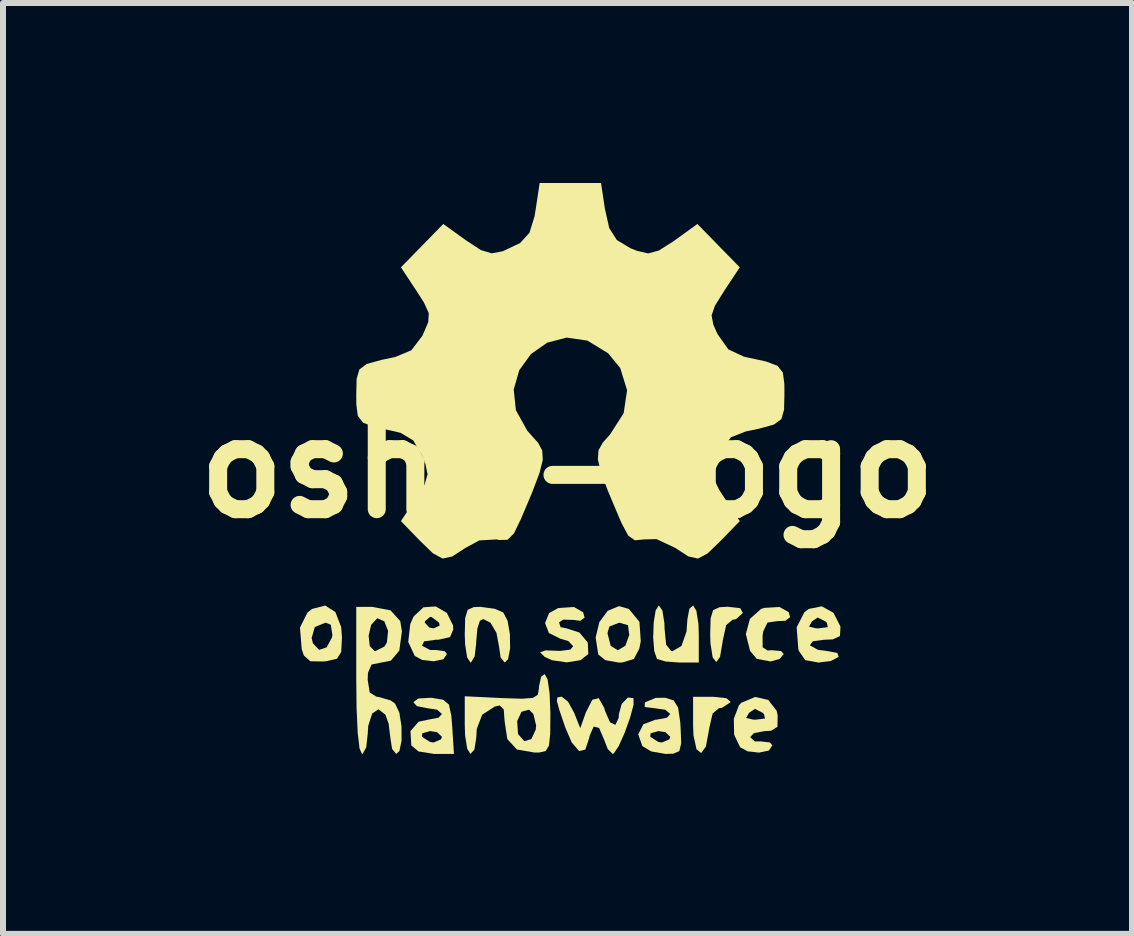
<source format=kicad_pcb>
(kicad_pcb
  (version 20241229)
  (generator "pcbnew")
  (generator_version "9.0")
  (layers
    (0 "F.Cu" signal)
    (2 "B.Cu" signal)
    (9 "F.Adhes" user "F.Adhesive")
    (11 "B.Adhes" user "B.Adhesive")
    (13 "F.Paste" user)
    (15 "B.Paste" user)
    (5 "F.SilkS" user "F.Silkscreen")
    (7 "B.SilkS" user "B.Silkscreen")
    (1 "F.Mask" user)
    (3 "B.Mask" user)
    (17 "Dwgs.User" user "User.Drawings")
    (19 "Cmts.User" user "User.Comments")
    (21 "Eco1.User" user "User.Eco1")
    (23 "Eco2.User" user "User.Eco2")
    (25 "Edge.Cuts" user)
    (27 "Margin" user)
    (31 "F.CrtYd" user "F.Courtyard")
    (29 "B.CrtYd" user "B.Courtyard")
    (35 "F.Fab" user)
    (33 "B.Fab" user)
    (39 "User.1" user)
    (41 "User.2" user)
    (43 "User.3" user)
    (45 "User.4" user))
  (footprint "oshw-logo"
    (layer "F.Cu")
    (at 6.407 4.757)
    (property "Reference" "oshw-logo" (at 0 0 0) (layer "F.SilkS") (effects (font (size 1.5 1.5) (thickness 0.3))))
    (attr board_only exclude_from_pos_files exclude_from_bom)
    (fp_poly (pts (xy 2.648 3.828) (xy 2.717 3.887) (xy 2.711 3.9) (xy 2.573 3.989) (xy 2.521 3.996) (xy 2.418 4.084) (xy 2.361 4.332) (xy 2.36 4.345) (xy 2.307 4.632) (xy 2.228 4.742) (xy 2.15 4.68) (xy 2.1 4.451) (xy 2.093 4.289) (xy 2.093 3.805) (xy 2.431 3.805)) (stroke (width 0) (type solid)) (fill yes) (layer "F.SilkS"))
    (fp_poly (pts (xy 2.878 2.328) (xy 2.923 2.408) (xy 2.808 2.511) (xy 2.751 2.521) (xy 2.644 2.611) (xy 2.587 2.87) (xy 2.587 2.878) (xy 2.542 3.14) (xy 2.479 3.227) (xy 2.419 3.147) (xy 2.382 2.911) (xy 2.378 2.773) (xy 2.385 2.497) (xy 2.427 2.36) (xy 2.535 2.312) (xy 2.67 2.304)) (stroke (width 0) (type solid)) (fill yes) (layer "F.SilkS"))
    (fp_poly (pts (xy 3.686 2.394) (xy 3.71 2.478) (xy 3.631 2.538) (xy 3.496 2.544) (xy 3.334 2.567) (xy 3.262 2.715) (xy 3.251 2.79) (xy 3.252 2.98) (xy 3.336 3.034) (xy 3.403 3.028) (xy 3.56 3.043) (xy 3.603 3.092) (xy 3.536 3.173) (xy 3.387 3.216) (xy 3.155 3.173) (xy 3.043 3.041) (xy 2.972 2.76) (xy 3.04 2.506) (xy 3.225 2.341) (xy 3.278 2.323) (xy 3.532 2.308)) (stroke (width 0) (type solid)) (fill yes) (layer "F.SilkS"))
    (fp_poly (pts (xy 1.023 2.341) (xy 1.199 2.556) (xy 1.221 2.879) (xy 1.196 3.004) (xy 1.106 3.175) (xy 0.915 3.233) (xy 0.851 3.234) (xy 0.63 3.194) (xy 0.513 3.1) (xy 0.469 2.818) (xy 0.487 2.743) (xy 0.666 2.743) (xy 0.72 2.957) (xy 0.84 3.029) (xy 0.965 2.953) (xy 1.029 2.775) (xy 1.009 2.612) (xy 0.863 2.569) (xy 0.698 2.634) (xy 0.666 2.743) (xy 0.487 2.743) (xy 0.531 2.56) (xy 0.671 2.371) (xy 0.859 2.294)) (stroke (width 0) (type solid)) (fill yes) (layer "F.SilkS"))
    (fp_poly (pts (xy 2.147 2.369) (xy 2.182 2.587) (xy 2.188 2.759) (xy 2.188 3.234) (xy 1.871 3.234) (xy 1.636 3.217) (xy 1.495 3.175) (xy 1.49 3.171) (xy 1.445 3.04) (xy 1.428 2.814) (xy 1.437 2.565) (xy 1.469 2.365) (xy 1.522 2.283) (xy 1.582 2.368) (xy 1.615 2.578) (xy 1.617 2.664) (xy 1.644 2.937) (xy 1.729 3.042) (xy 1.75 3.044) (xy 1.9 2.957) (xy 1.984 2.715) (xy 1.998 2.513) (xy 2.031 2.338) (xy 2.093 2.283)) (stroke (width 0) (type solid)) (fill yes) (layer "F.SilkS"))
    (fp_poly (pts (xy -3.868 2.392) (xy -3.771 2.643) (xy -3.758 2.817) (xy -3.771 3.058) (xy -3.841 3.17) (xy -4.015 3.211) (xy -4.064 3.216) (xy -4.285 3.213) (xy -4.393 3.118) (xy -4.429 3.01) (xy -4.444 2.825) (xy -4.264 2.825) (xy -4.242 2.914) (xy -4.139 3.022) (xy -4.014 2.981) (xy -3.925 2.816) (xy -3.918 2.775) (xy -3.944 2.604) (xy -4.031 2.569) (xy -4.211 2.642) (xy -4.264 2.825) (xy -4.444 2.825) (xy -4.458 2.65) (xy -4.334 2.402) (xy -4.257 2.341) (xy -4.038 2.284)) (stroke (width 0) (type solid)) (fill yes) (layer "F.SilkS"))
    (fp_poly (pts (xy -1.212 2.338) (xy -1.07 2.4) (xy -0.998 2.538) (xy -0.96 2.761) (xy -0.956 2.998) (xy -0.99 3.178) (xy -1.046 3.234) (xy -1.114 3.152) (xy -1.142 2.961) (xy -1.184 2.738) (xy -1.284 2.57) (xy -1.403 2.509) (xy -1.46 2.538) (xy -1.502 2.668) (xy -1.522 2.898) (xy -1.522 2.917) (xy -1.547 3.131) (xy -1.608 3.233) (xy -1.617 3.234) (xy -1.672 3.149) (xy -1.706 2.931) (xy -1.712 2.771) (xy -1.705 2.493) (xy -1.664 2.356) (xy -1.562 2.31) (xy -1.451 2.306)) (stroke (width 0) (type solid)) (fill yes) (layer "F.SilkS"))
    (fp_poly (pts (xy 0.261 2.397) (xy 0.285 2.485) (xy 0.212 2.539) (xy 0.103 2.524) (xy -0.072 2.519) (xy -0.14 2.565) (xy -0.116 2.644) (xy -0.017 2.664) (xy 0.199 2.734) (xy 0.338 2.9) (xy 0.347 3.091) (xy 0.218 3.194) (xy -0.011 3.231) (xy -0.26 3.195) (xy -0.381 3.139) (xy -0.456 3.063) (xy -0.365 3.031) (xy -0.119 3.04) (xy 0.047 3.018) (xy 0.095 2.962) (xy 0.014 2.876) (xy -0.119 2.837) (xy -0.31 2.742) (xy -0.374 2.576) (xy -0.307 2.41) (xy -0.154 2.325) (xy 0.107 2.308)) (stroke (width 0) (type solid)) (fill yes) (layer "F.SilkS"))
    (fp_poly (pts (xy -2.259 3.823) (xy -2.072 3.854) (xy -1.976 3.934) (xy -1.936 4.118) (xy -1.921 4.305) (xy -1.892 4.757) (xy -2.22 4.757) (xy -2.484 4.715) (xy -2.603 4.614) (xy -2.611 4.471) (xy -2.426 4.471) (xy -2.288 4.559) (xy -2.23 4.566) (xy -2.107 4.513) (xy -2.093 4.471) (xy -2.173 4.395) (xy -2.289 4.376) (xy -2.42 4.413) (xy -2.426 4.471) (xy -2.611 4.471) (xy -2.617 4.376) (xy -2.481 4.22) (xy -2.321 4.186) (xy -2.147 4.152) (xy -2.093 4.091) (xy -2.174 4.019) (xy -2.331 3.996) (xy -2.509 3.961) (xy -2.569 3.894) (xy -2.486 3.833) (xy -2.28 3.821)) (stroke (width 0) (type solid)) (fill yes) (layer "F.SilkS"))
    (fp_poly (pts (xy 3.346 3.858) (xy 3.485 4.036) (xy 3.502 4.114) (xy 3.499 4.304) (xy 3.393 4.371) (xy 3.288 4.376) (xy 3.107 4.41) (xy 3.044 4.477) (xy 3.121 4.548) (xy 3.22 4.548) (xy 3.374 4.566) (xy 3.413 4.614) (xy 3.355 4.701) (xy 3.191 4.735) (xy 3 4.713) (xy 2.877 4.646) (xy 2.777 4.437) (xy 2.772 4.17) (xy 2.777 4.157) (xy 2.978 4.157) (xy 3.094 4.185) (xy 3.139 4.186) (xy 3.291 4.167) (xy 3.275 4.095) (xy 3.253 4.072) (xy 3.124 4.006) (xy 3.025 4.072) (xy 2.978 4.157) (xy 2.777 4.157) (xy 2.857 3.946) (xy 2.896 3.905) (xy 3.128 3.807)) (stroke (width 0) (type solid)) (fill yes) (layer "F.SilkS"))
    (fp_poly (pts (xy -2.011 2.406) (xy -1.908 2.613) (xy -1.903 2.683) (xy -1.957 2.81) (xy -2.146 2.853) (xy -2.194 2.854) (xy -2.389 2.881) (xy -2.424 2.952) (xy -2.423 2.954) (xy -2.289 3.025) (xy -2.194 3.025) (xy -2.045 3.045) (xy -2.009 3.092) (xy -2.068 3.179) (xy -2.232 3.213) (xy -2.422 3.191) (xy -2.545 3.124) (xy -2.654 2.891) (xy -2.62 2.592) (xy -2.61 2.569) (xy -2.378 2.569) (xy -2.301 2.652) (xy -2.23 2.664) (xy -2.131 2.618) (xy -2.14 2.569) (xy -2.262 2.477) (xy -2.289 2.473) (xy -2.376 2.546) (xy -2.378 2.569) (xy -2.61 2.569) (xy -2.565 2.467) (xy -2.401 2.313) (xy -2.195 2.299)) (stroke (width 0) (type solid)) (fill yes) (layer "F.SilkS"))
    (fp_poly (pts (xy 4.433 2.405) (xy 4.546 2.629) (xy 4.549 2.65) (xy 4.54 2.793) (xy 4.42 2.848) (xy 4.282 2.854) (xy 4.088 2.879) (xy 4.04 2.944) (xy 4.043 2.949) (xy 4.174 3.022) (xy 4.34 3.044) (xy 4.498 3.075) (xy 4.519 3.139) (xy 4.39 3.208) (xy 4.182 3.234) (xy 3.962 3.194) (xy 3.857 3.042) (xy 3.846 3.004) (xy 3.819 2.646) (xy 3.825 2.635) (xy 4.025 2.635) (xy 4.14 2.663) (xy 4.186 2.664) (xy 4.337 2.644) (xy 4.322 2.573) (xy 4.3 2.55) (xy 4.17 2.484) (xy 4.072 2.55) (xy 4.025 2.635) (xy 3.825 2.635) (xy 3.947 2.397) (xy 4.019 2.341) (xy 4.237 2.297)) (stroke (width 0) (type solid)) (fill yes) (layer "F.SilkS"))
    (fp_poly (pts (xy 1.77 3.866) (xy 1.843 3.984) (xy 1.879 4.228) (xy 1.884 4.305) (xy 1.895 4.577) (xy 1.864 4.709) (xy 1.763 4.753) (xy 1.634 4.757) (xy 1.395 4.715) (xy 1.247 4.626) (xy 1.193 4.471) (xy 1.379 4.471) (xy 1.517 4.559) (xy 1.575 4.566) (xy 1.698 4.513) (xy 1.712 4.471) (xy 1.632 4.395) (xy 1.516 4.376) (xy 1.385 4.413) (xy 1.379 4.471) (xy 1.193 4.471) (xy 1.179 4.431) (xy 1.264 4.263) (xy 1.467 4.186) (xy 1.485 4.186) (xy 1.659 4.152) (xy 1.712 4.091) (xy 1.63 4.021) (xy 1.456 3.996) (xy 1.287 3.975) (xy 1.289 3.906) (xy 1.302 3.892) (xy 1.47 3.823) (xy 1.63 3.821)) (stroke (width 0) (type solid)) (fill yes) (layer "F.SilkS"))
    (fp_poly (pts (xy -0.093 3.805) (xy 0.008 3.884) (xy 0.109 4.067) (xy 0.213 4.328) (xy 0.305 4.067) (xy 0.414 3.854) (xy 0.521 3.828) (xy 0.611 3.988) (xy 0.627 4.043) (xy 0.709 4.23) (xy 0.798 4.272) (xy 0.853 4.157) (xy 0.856 4.096) (xy 0.903 3.925) (xy 1.005 3.817) (xy 1.1 3.827) (xy 1.101 3.939) (xy 1.043 4.153) (xy 0.953 4.404) (xy 0.854 4.625) (xy 0.772 4.748) (xy 0.754 4.757) (xy 0.671 4.676) (xy 0.61 4.519) (xy 0.526 4.323) (xy 0.436 4.301) (xy 0.368 4.457) (xy 0.363 4.487) (xy 0.297 4.685) (xy 0.193 4.709) (xy 0.07 4.565) (xy -0.037 4.316) (xy -0.135 4.027) (xy -0.177 3.874) (xy -0.169 3.815) (xy -0.116 3.805)) (stroke (width 0) (type solid)) (fill yes) (layer "F.SilkS"))
    (fp_poly (pts (xy -0.332 3.513) (xy -0.298 3.747) (xy -0.285 4.079) (xy -0.288 4.423) (xy -0.309 4.618) (xy -0.363 4.708) (xy -0.468 4.733) (xy -0.547 4.734) (xy -0.844 4.683) (xy -1.003 4.509) (xy -1.046 4.225) (xy -1.048 4.209) (xy -0.838 4.209) (xy -0.826 4.41) (xy -0.819 4.432) (xy -0.718 4.545) (xy -0.603 4.509) (xy -0.529 4.353) (xy -0.523 4.281) (xy -0.568 4.093) (xy -0.642 4.019) (xy -0.767 4.055) (xy -0.838 4.209) (xy -1.048 4.209) (xy -1.063 4.013) (xy -1.131 3.949) (xy -1.213 3.968) (xy -1.422 4.104) (xy -1.512 4.342) (xy -1.521 4.495) (xy -1.552 4.685) (xy -1.617 4.757) (xy -1.671 4.671) (xy -1.706 4.452) (xy -1.712 4.276) (xy -1.712 3.796) (xy -1.094 3.826) (xy -0.762 3.837) (xy -0.576 3.823) (xy -0.495 3.771) (xy -0.476 3.667) (xy -0.476 3.64) (xy -0.44 3.472) (xy -0.381 3.425)) (stroke (width 0) (type solid)) (fill yes) (layer "F.SilkS"))
    (fp_poly (pts (xy -2.949 2.364) (xy -2.787 2.543) (xy -2.759 2.715) (xy -2.803 3.036) (xy -2.943 3.202) (xy -3.102 3.234) (xy -3.265 3.267) (xy -3.325 3.404) (xy -3.33 3.52) (xy -3.296 3.733) (xy -3.181 3.804) (xy -3.158 3.805) (xy -2.947 3.865) (xy -2.873 3.919) (xy -2.802 4.069) (xy -2.766 4.298) (xy -2.765 4.535) (xy -2.801 4.709) (xy -2.854 4.757) (xy -2.923 4.674) (xy -2.951 4.495) (xy -2.981 4.251) (xy -3.035 4.102) (xy -3.151 4.013) (xy -3.255 4.084) (xy -3.32 4.286) (xy -3.33 4.429) (xy -3.354 4.647) (xy -3.413 4.754) (xy -3.425 4.757) (xy -3.466 4.665) (xy -3.496 4.403) (xy -3.515 3.991) (xy -3.52 3.532) (xy -3.52 2.787) (xy -3.314 2.787) (xy -3.295 2.96) (xy -3.211 3.044) (xy -3.203 3.044) (xy -3.051 2.967) (xy -3.01 2.901) (xy -2.99 2.707) (xy -3.052 2.548) (xy -3.165 2.498) (xy -3.175 2.501) (xy -3.272 2.606) (xy -3.314 2.787) (xy -3.52 2.787) (xy -3.52 2.307) (xy -3.258 2.306)) (stroke (width 0) (type solid)) (fill yes) (layer "F.SilkS"))
    (fp_poly (pts (xy 0.623 -4.332) (xy 0.695 -4.007) (xy 0.821 -3.808) (xy 1.05 -3.67) (xy 1.161 -3.626) (xy 1.344 -3.584) (xy 1.522 -3.632) (xy 1.767 -3.787) (xy 1.789 -3.803) (xy 2.165 -4.075) (xy 2.518 -3.713) (xy 2.871 -3.352) (xy 2.609 -2.956) (xy 2.457 -2.712) (xy 2.401 -2.55) (xy 2.431 -2.394) (xy 2.5 -2.24) (xy 2.68 -1.985) (xy 2.94 -1.863) (xy 2.967 -1.857) (xy 3.306 -1.784) (xy 3.5 -1.711) (xy 3.589 -1.599) (xy 3.614 -1.409) (xy 3.615 -1.237) (xy 3.609 -0.979) (xy 3.564 -0.823) (xy 3.438 -0.731) (xy 3.192 -0.663) (xy 2.971 -0.617) (xy 2.726 -0.521) (xy 2.564 -0.317) (xy 2.517 -0.214) (xy 2.438 0.005) (xy 2.437 0.168) (xy 2.528 0.356) (xy 2.623 0.502) (xy 2.871 0.877) (xy 2.558 1.2) (xy 2.335 1.416) (xy 2.175 1.501) (xy 2.015 1.466) (xy 1.794 1.323) (xy 1.484 1.177) (xy 1.278 1.182) (xy 1.123 1.197) (xy 1.013 1.12) (xy 0.901 0.911) (xy 0.868 0.835) (xy 0.677 0.382) (xy 0.558 0.066) (xy 0.506 -0.15) (xy 0.517 -0.303) (xy 0.588 -0.431) (xy 0.708 -0.565) (xy 0.936 -0.921) (xy 0.993 -1.304) (xy 0.879 -1.673) (xy 0.677 -1.92) (xy 0.332 -2.131) (xy -0.015 -2.181) (xy -0.337 -2.097) (xy -0.609 -1.907) (xy -0.804 -1.637) (xy -0.896 -1.316) (xy -0.86 -0.971) (xy -0.669 -0.628) (xy -0.613 -0.565) (xy -0.489 -0.427) (xy -0.421 -0.299) (xy -0.412 -0.144) (xy -0.466 0.074) (xy -0.587 0.394) (xy -0.773 0.835) (xy -0.892 1.082) (xy -0.999 1.188) (xy -1.138 1.192) (xy -1.183 1.182) (xy -1.471 1.199) (xy -1.699 1.323) (xy -1.922 1.467) (xy -2.082 1.501) (xy -2.242 1.414) (xy -2.463 1.2) (xy -2.776 0.877) (xy -2.527 0.502) (xy -2.38 0.264) (xy -2.332 0.097) (xy -2.369 -0.08) (xy -2.422 -0.214) (xy -2.571 -0.468) (xy -2.78 -0.593) (xy -2.876 -0.617) (xy -3.214 -0.69) (xy -3.406 -0.763) (xy -3.494 -0.876) (xy -3.519 -1.068) (xy -3.52 -1.237) (xy -3.514 -1.494) (xy -3.469 -1.649) (xy -3.345 -1.742) (xy -3.099 -1.81) (xy -2.872 -1.857) (xy -2.602 -1.97) (xy -2.418 -2.212) (xy -2.405 -2.24) (xy -2.32 -2.44) (xy -2.312 -2.59) (xy -2.393 -2.767) (xy -2.514 -2.956) (xy -2.776 -3.352) (xy -2.423 -3.713) (xy -2.07 -4.075) (xy -1.693 -3.803) (xy -1.442 -3.639) (xy -1.261 -3.585) (xy -1.081 -3.62) (xy -1.066 -3.626) (xy -0.79 -3.757) (xy -0.634 -3.928) (xy -0.549 -4.202) (xy -0.528 -4.332) (xy -0.464 -4.757) (xy 0.048 -4.757) (xy 0.559 -4.757)) (stroke (width 0) (type solid)) (fill yes) (layer "F.SilkS")))
  (gr_rect
    (start -3 -3)
    (end 15.814 12.513)
    (stroke (width 0.1) (type default))
    (fill no)
    (layer "Edge.Cuts")))
</source>
